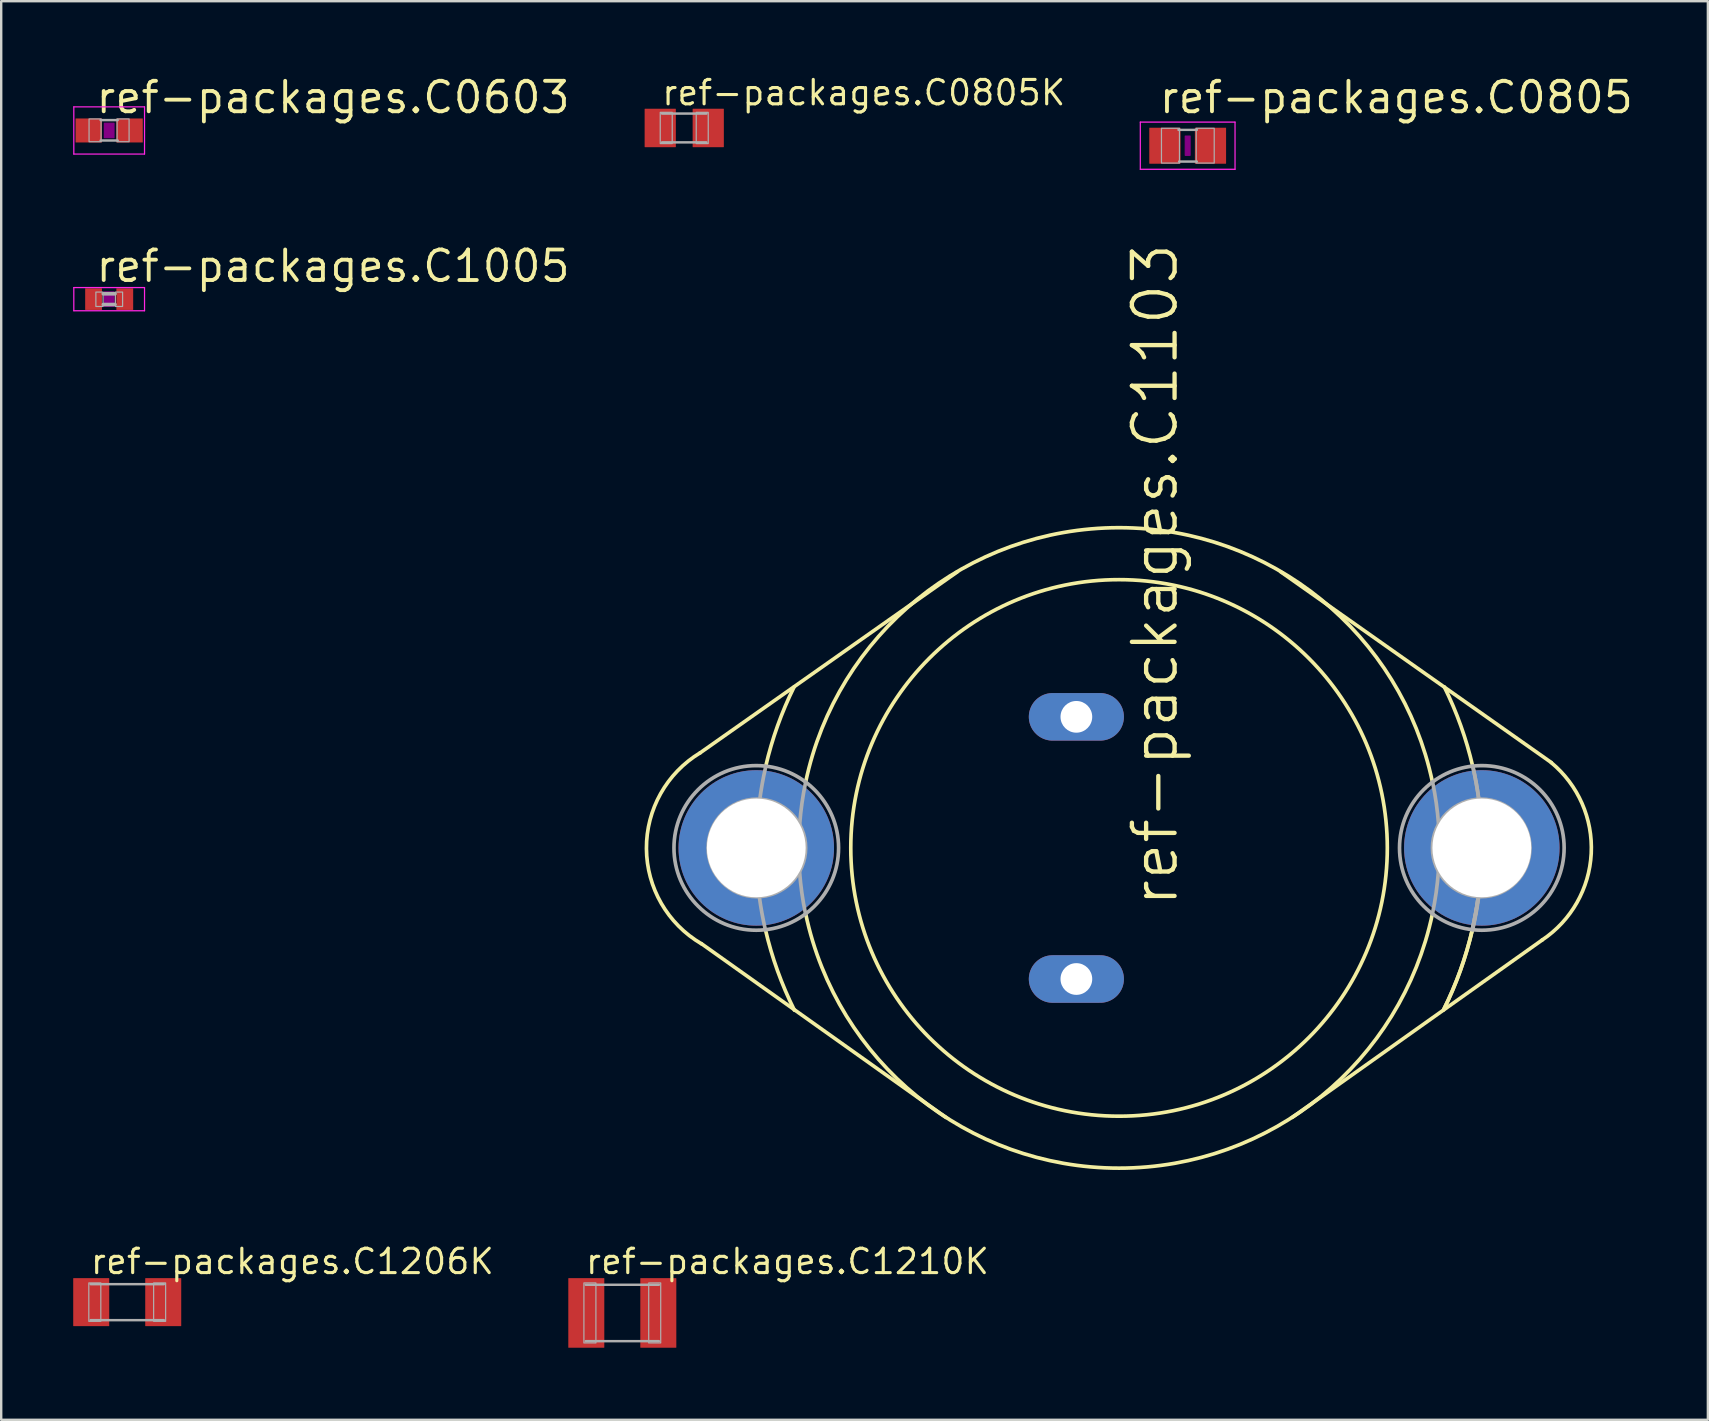
<source format=kicad_pcb>
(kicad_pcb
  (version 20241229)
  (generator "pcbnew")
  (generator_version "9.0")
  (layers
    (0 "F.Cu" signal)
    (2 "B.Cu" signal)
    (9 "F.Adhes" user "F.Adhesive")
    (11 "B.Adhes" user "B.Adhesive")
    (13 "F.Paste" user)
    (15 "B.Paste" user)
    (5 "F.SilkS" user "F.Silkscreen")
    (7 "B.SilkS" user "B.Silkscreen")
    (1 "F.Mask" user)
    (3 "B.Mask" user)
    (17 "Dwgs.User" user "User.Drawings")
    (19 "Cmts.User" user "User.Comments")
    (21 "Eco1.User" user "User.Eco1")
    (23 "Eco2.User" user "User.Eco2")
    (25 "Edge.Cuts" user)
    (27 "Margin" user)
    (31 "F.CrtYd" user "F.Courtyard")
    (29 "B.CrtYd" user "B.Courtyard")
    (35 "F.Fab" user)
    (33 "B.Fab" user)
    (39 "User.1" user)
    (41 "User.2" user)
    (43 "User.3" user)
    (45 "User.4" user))
  (footprint "ref-packages.C0603"
    (layer "F.Cu")
    (at 1.498 2.385)
    (property "Reference" "ref-packages.C0603" (at -0.635 -0.635 0) (layer "F.SilkS") (effects (font (size 1.27 1.27) (thickness 0.16)) (justify left bottom)))
    (attr smd)
    (fp_rect (start -0.2 0.3) (end 0.2 -0.3) (stroke (width 0.05) (type default)) (fill yes) (layer "F.Adhes"))
    (fp_line (start -1.473 -0.983) (end 1.473 -0.983) (stroke (width 0.051) (type default)) (layer "F.CrtYd"))
    (fp_line (start -1.473 0.983) (end -1.473 -0.983) (stroke (width 0.051) (type default)) (layer "F.CrtYd"))
    (fp_line (start 1.473 -0.983) (end 1.473 0.983) (stroke (width 0.051) (type default)) (layer "F.CrtYd"))
    (fp_line (start 1.473 0.983) (end -1.473 0.983) (stroke (width 0.051) (type default)) (layer "F.CrtYd"))
    (fp_line (start -0.356 -0.432) (end 0.356 -0.432) (stroke (width 0.102) (type default)) (layer "F.Fab"))
    (fp_line (start -0.356 0.419) (end 0.356 0.419) (stroke (width 0.102) (type default)) (layer "F.Fab"))
    (fp_rect (start -0.838 0.47) (end -0.338 -0.48) (stroke (width 0.05) (type default)) (fill no) (layer "F.Fab"))
    (fp_rect (start 0.33 0.47) (end 0.83 -0.48) (stroke (width 0.05) (type default)) (fill no) (layer "F.Fab"))
    (pad "1" smd roundrect (at -0.85 0) (size 1.1 1) (layers "F.Cu" "F.Mask" "F.Paste") (roundrect_rratio 0.01))
    (pad "2" smd roundrect (at 0.85 0) (size 1.1 1) (layers "F.Cu" "F.Mask" "F.Paste") (roundrect_rratio 0.01)))
  (footprint "ref-packages.C1103"
    (layer "F.Cu")
    (at 43.569 32.274)
    (property "Reference" "ref-packages.C1103" (at 2.54 2.54 90) (layer "F.SilkS") (effects (font (size 1.778 1.778) (thickness 0.18)) (justify left bottom)))
    (attr through_hole)
    (fp_line (start -17.45 -3.962) (end -6.731 -11.506) (stroke (width 0.152) (type default)) (layer "F.SilkS"))
    (fp_line (start -17.399 3.988) (end -7.214 11.227) (stroke (width 0.152) (type default)) (layer "F.SilkS"))
    (fp_line (start 17.628 3.835) (end 7.214 11.227) (stroke (width 0.152) (type default)) (layer "F.SilkS"))
    (fp_line (start 18.009 -3.556) (end 6.731 -11.506) (stroke (width 0.152) (type default)) (layer "F.SilkS"))
    (fp_arc (start -17.4011 3.9914) (mid -19.688287 0.028355) (end -17.4498 -3.9624) (stroke (width 0.1524) (type default)) (layer "F.SilkS"))
    (fp_arc (start -14.7201 -3.4009) (mid -14.225441 -5.087688) (end -13.5382 -6.7056) (stroke (width 0.1524) (type default)) (layer "F.SilkS"))
    (fp_arc (start -13.5238 6.7619) (mid -14.227336 5.118524) (end -14.732 3.4036) (stroke (width 0.1524) (type default)) (layer "F.SilkS"))
    (fp_arc (start -13.0556 -2.7432) (mid 0 -13.340684) (end 13.0556 -2.7432) (stroke (width 0.1524) (type default)) (layer "F.SilkS"))
    (fp_arc (start 13.0556 2.7432) (mid 0 13.340684) (end -13.0556 2.7432) (stroke (width 0.1524) (type default)) (layer "F.SilkS"))
    (fp_arc (start 13.5491 -6.711) (mid 14.23692 -5.091767) (end 14.732 -3.4036) (stroke (width 0.1524) (type default)) (layer "F.SilkS"))
    (fp_arc (start 14.72 3.4008) (mid 14.215758 5.114345) (end 13.5128 6.7564) (stroke (width 0.1524) (type default)) (layer "F.SilkS"))
    (fp_arc (start 14.7201 3.4009) (mid 14.225441 5.087688) (end 13.5382 6.7056) (stroke (width 0.1524) (type default)) (layer "F.SilkS"))
    (fp_arc (start 18.0062 -3.5531) (mid 19.670438 0.236129) (end 17.6276 3.8354) (stroke (width 0.1524) (type default)) (layer "F.SilkS"))
    (fp_circle (center 0 0) (end 11.176 0) (stroke (width 0.152) (type default)) (fill no) (layer "F.SilkS"))
    (fp_arc (start -14.9661 -2.0293) (mid -14.863228 -2.680907) (end -14.732 -3.3274) (stroke (width 0.1524) (type default)) (layer "F.Fab"))
    (fp_arc (start -14.735 3.4043) (mid -14.876332 2.721046) (end -14.986 2.032) (stroke (width 0.1524) (type default)) (layer "F.Fab"))
    (fp_arc (start -13.3039 -0.9902) (mid -13.208863 -1.870824) (end -13.0556 -2.7432) (stroke (width 0.1524) (type default)) (layer "F.Fab"))
    (fp_arc (start -13.0612 2.7444) (mid -13.214527 1.871625) (end -13.3096 0.9906) (stroke (width 0.1524) (type default)) (layer "F.Fab"))
    (fp_arc (start 13.0612 -2.7444) (mid 13.214527 -1.871625) (end 13.3096 -0.9906) (stroke (width 0.1524) (type default)) (layer "F.Fab"))
    (fp_arc (start 13.3039 0.9902) (mid 13.208863 1.870824) (end 13.0556 2.7432) (stroke (width 0.1524) (type default)) (layer "F.Fab"))
    (fp_arc (start 14.735 -3.4043) (mid 14.876332 -2.721046) (end 14.986 -2.032) (stroke (width 0.1524) (type default)) (layer "F.Fab"))
    (fp_arc (start 14.7515 -3.3318) (mid 14.882947 -2.684461) (end 14.986 -2.032) (stroke (width 0.1524) (type default)) (layer "F.Fab"))
    (fp_arc (start 14.9661 2.0293) (mid 14.863228 2.680907) (end 14.732 3.3274) (stroke (width 0.1524) (type default)) (layer "F.Fab"))
    (fp_arc (start 14.9661 2.0293) (mid 14.863228 2.680907) (end 14.732 3.3274) (stroke (width 0.1524) (type default)) (layer "F.Fab"))
    (fp_arc (start 14.9661 2.0293) (mid 14.863228 2.680907) (end 14.732 3.3274) (stroke (width 0.1524) (type default)) (layer "F.Fab"))
    (fp_arc (start 14.983 2.0316) (mid 14.873329 2.720496) (end 14.732 3.4036) (stroke (width 0.1524) (type default)) (layer "F.Fab"))
    (fp_circle (center -15.113 0) (end -11.684 0) (stroke (width 0.152) (type default)) (fill no) (layer "F.Fab"))
    (fp_circle (center -15.088 0) (end -13.056 0) (stroke (width 0.152) (type default)) (fill no) (layer "F.Fab"))
    (fp_circle (center 15.088 0) (end 17.12 0) (stroke (width 0.152) (type default)) (fill no) (layer "F.Fab"))
    (fp_circle (center 15.113 0) (end 18.542 0) (stroke (width 0.152) (type default)) (fill no) (layer "F.Fab"))
    (pad "A1" thru_hole oval (at -1.778 -5.461) (size 3.962 1.981) (drill 1.321) (layers "*.Cu" "*.Mask"))
    (pad "A2" thru_hole oval (at -1.778 5.461) (size 3.962 1.981) (drill 1.321) (layers "*.Cu" "*.Mask"))
    (pad "C" thru_hole circle (at 15.113 0) (size 6.477 6.477) (drill 4.115) (layers "*.Cu" "*.Mask"))
    (pad "C@1" thru_hole circle (at -15.113 0) (size 6.477 6.477) (drill 4.115) (layers "*.Cu" "*.Mask")))
  (footprint "ref-packages.C0805"
    (layer "F.Cu")
    (at 46.428 3.02)
    (property "Reference" "ref-packages.C0805" (at -1.27 -1.27 0) (layer "F.SilkS") (effects (font (size 1.27 1.27) (thickness 0.16)) (justify left bottom)))
    (attr smd)
    (fp_rect (start -0.1 0.4) (end 0.1 -0.4) (stroke (width 0.05) (type default)) (fill yes) (layer "F.Adhes"))
    (fp_line (start -1.973 -0.983) (end 1.973 -0.983) (stroke (width 0.051) (type default)) (layer "F.CrtYd"))
    (fp_line (start -1.973 0.983) (end -1.973 -0.983) (stroke (width 0.051) (type default)) (layer "F.CrtYd"))
    (fp_line (start 1.973 -0.983) (end 1.973 0.983) (stroke (width 0.051) (type default)) (layer "F.CrtYd"))
    (fp_line (start 1.973 0.983) (end -1.973 0.983) (stroke (width 0.051) (type default)) (layer "F.CrtYd"))
    (fp_line (start -0.381 -0.66) (end 0.381 -0.66) (stroke (width 0.102) (type default)) (layer "F.Fab"))
    (fp_line (start -0.356 0.66) (end 0.381 0.66) (stroke (width 0.102) (type default)) (layer "F.Fab"))
    (fp_rect (start -1.092 0.724) (end -0.342 -0.726) (stroke (width 0.05) (type default)) (fill no) (layer "F.Fab"))
    (fp_rect (start 0.356 0.724) (end 1.106 -0.726) (stroke (width 0.05) (type default)) (fill no) (layer "F.Fab"))
    (pad "1" smd roundrect (at -0.95 0) (size 1.3 1.5) (layers "F.Cu" "F.Mask" "F.Paste") (roundrect_rratio 0.01))
    (pad "2" smd roundrect (at 0.95 0) (size 1.3 1.5) (layers "F.Cu" "F.Mask" "F.Paste") (roundrect_rratio 0.01)))
  (footprint "ref-packages.C1206K"
    (layer "F.Cu")
    (at 2.25 51.197)
    (property "Reference" "ref-packages.C1206K" (at -1.6 -1.1 0) (layer "F.SilkS") (effects (font (size 1.016 1.016) (thickness 0.13)) (justify left bottom)))
    (attr smd)
    (fp_line (start -1.525 -0.75) (end 1.525 -0.75) (stroke (width 0.102) (type default)) (layer "F.Fab"))
    (fp_line (start 1.525 0.75) (end -1.525 0.75) (stroke (width 0.102) (type default)) (layer "F.Fab"))
    (fp_rect (start -1.6 0.8) (end -1.1 -0.8) (stroke (width 0.05) (type default)) (fill no) (layer "F.Fab"))
    (fp_rect (start 1.1 0.8) (end 1.6 -0.8) (stroke (width 0.05) (type default)) (fill no) (layer "F.Fab"))
    (pad "1" smd roundrect (at -1.5 0) (size 1.5 2) (layers "F.Cu" "F.Mask" "F.Paste") (roundrect_rratio 0.01))
    (pad "2" smd roundrect (at 1.5 0) (size 1.5 2) (layers "F.Cu" "F.Mask" "F.Paste") (roundrect_rratio 0.01)))
  (footprint "ref-packages.C1005"
    (layer "F.Cu")
    (at 1.498 9.413)
    (property "Reference" "ref-packages.C1005" (at -0.635 -0.635 0) (layer "F.SilkS") (effects (font (size 1.27 1.27) (thickness 0.16)) (justify left bottom)))
    (attr smd)
    (fp_rect (start -0.2 0.3) (end 0.2 -0.3) (stroke (width 0.05) (type default)) (fill yes) (layer "F.Adhes"))
    (fp_line (start -1.473 -0.483) (end 1.473 -0.483) (stroke (width 0.051) (type default)) (layer "F.CrtYd"))
    (fp_line (start -1.473 0.483) (end -1.473 -0.483) (stroke (width 0.051) (type default)) (layer "F.CrtYd"))
    (fp_line (start 1.473 -0.483) (end 1.473 0.483) (stroke (width 0.051) (type default)) (layer "F.CrtYd"))
    (fp_line (start 1.473 0.483) (end -1.473 0.483) (stroke (width 0.051) (type default)) (layer "F.CrtYd"))
    (fp_line (start -0.245 -0.224) (end 0.245 -0.224) (stroke (width 0.152) (type default)) (layer "F.Fab"))
    (fp_line (start 0.245 0.224) (end -0.245 0.224) (stroke (width 0.152) (type default)) (layer "F.Fab"))
    (fp_rect (start -0.554 0.305) (end -0.254 -0.295) (stroke (width 0.05) (type default)) (fill no) (layer "F.Fab"))
    (fp_rect (start 0.259 0.305) (end 0.559 -0.295) (stroke (width 0.05) (type default)) (fill no) (layer "F.Fab"))
    (pad "1" smd roundrect (at -0.65 0) (size 0.7 0.9) (layers "F.Cu" "F.Mask" "F.Paste") (roundrect_rratio 0.01))
    (pad "2" smd roundrect (at 0.65 0) (size 0.7 0.9) (layers "F.Cu" "F.Mask" "F.Paste") (roundrect_rratio 0.01)))
  (footprint "ref-packages.C1210K"
    (layer "F.Cu")
    (at 22.875 51.647)
    (property "Reference" "ref-packages.C1210K" (at -1.6 -1.55 0) (layer "F.SilkS") (effects (font (size 1.016 1.016) (thickness 0.13)) (justify left bottom)))
    (attr smd)
    (fp_line (start -1.525 -1.175) (end 1.525 -1.175) (stroke (width 0.102) (type default)) (layer "F.Fab"))
    (fp_line (start 1.525 1.175) (end -1.525 1.175) (stroke (width 0.102) (type default)) (layer "F.Fab"))
    (fp_rect (start -1.6 1.25) (end -1.1 -1.25) (stroke (width 0.05) (type default)) (fill no) (layer "F.Fab"))
    (fp_rect (start 1.1 1.25) (end 1.6 -1.25) (stroke (width 0.05) (type default)) (fill no) (layer "F.Fab"))
    (pad "1" smd roundrect (at -1.5 0) (size 1.5 2.9) (layers "F.Cu" "F.Mask" "F.Paste") (roundrect_rratio 0.01))
    (pad "2" smd roundrect (at 1.5 0) (size 1.5 2.9) (layers "F.Cu" "F.Mask" "F.Paste") (roundrect_rratio 0.01)))
  (footprint "ref-packages.C0805K"
    (layer "F.Cu")
    (at 25.455 2.281)
    (property "Reference" "ref-packages.C0805K" (at -1 -0.875 0) (layer "F.SilkS") (effects (font (size 1.016 1.016) (thickness 0.13)) (justify left bottom)))
    (attr smd)
    (fp_line (start -0.925 -0.6) (end 0.925 -0.6) (stroke (width 0.102) (type default)) (layer "F.Fab"))
    (fp_line (start 0.925 0.6) (end -0.925 0.6) (stroke (width 0.102) (type default)) (layer "F.Fab"))
    (fp_rect (start -1 0.65) (end -0.5 -0.65) (stroke (width 0.05) (type default)) (fill no) (layer "F.Fab"))
    (fp_rect (start 0.5 0.65) (end 1 -0.65) (stroke (width 0.05) (type default)) (fill no) (layer "F.Fab"))
    (pad "1" smd roundrect (at -1 0) (size 1.3 1.6) (layers "F.Cu" "F.Mask" "F.Paste") (roundrect_rratio 0.01))
    (pad "2" smd roundrect (at 1 0) (size 1.3 1.6) (layers "F.Cu" "F.Mask" "F.Paste") (roundrect_rratio 0.01)))
  (gr_rect
    (start -3 -3)
    (end 68.099 56.097)
    (stroke (width 0.1) (type default))
    (fill no)
    (layer "Edge.Cuts")))
</source>
